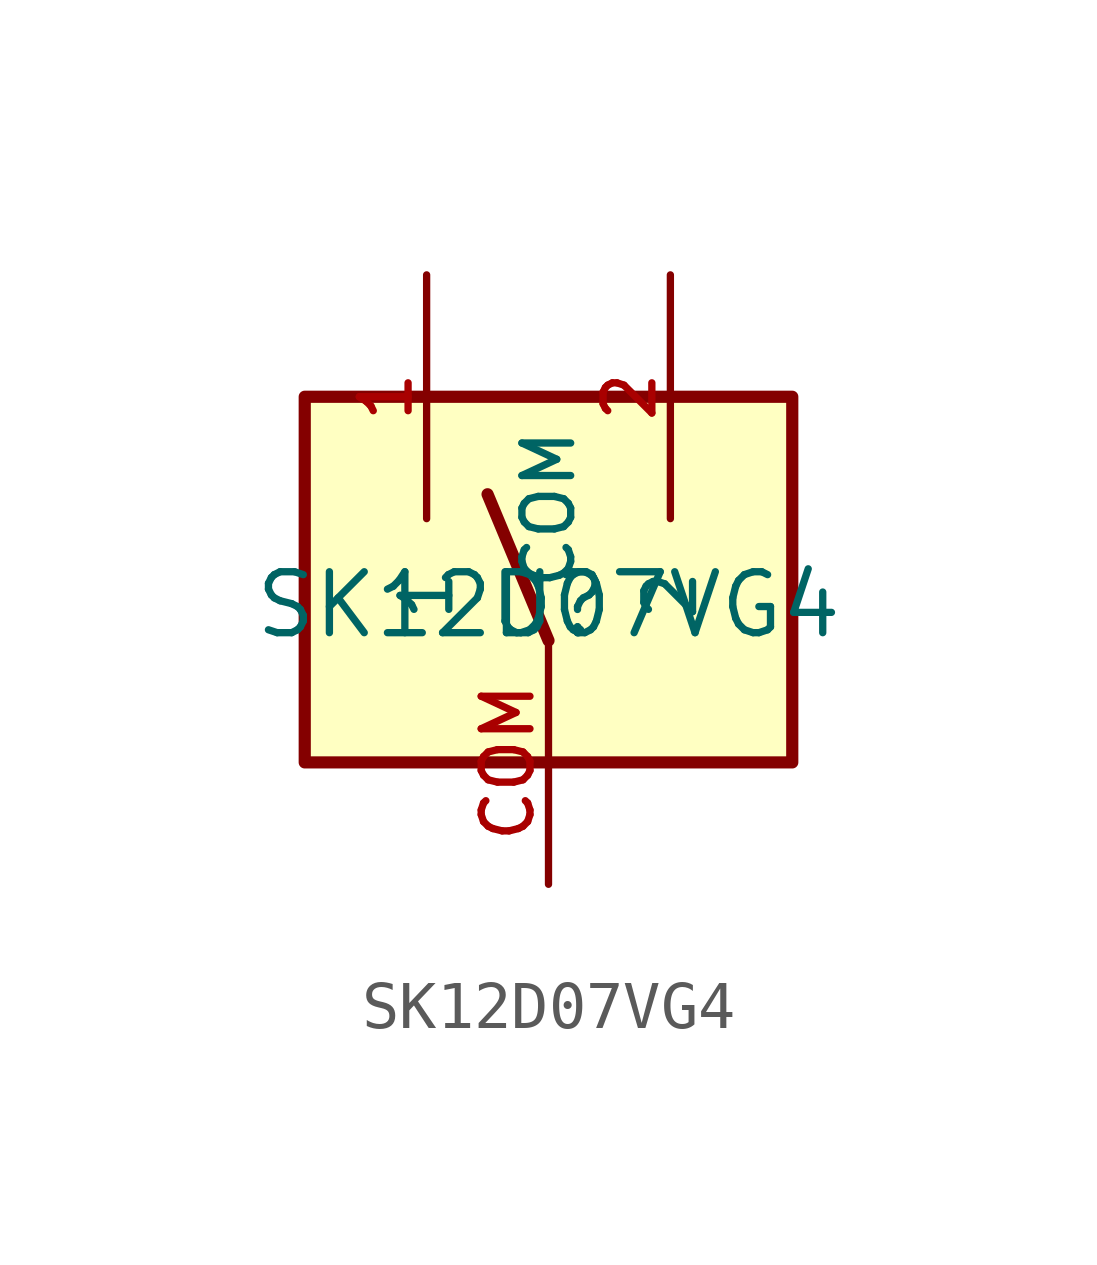
<source format=kicad_sym>
(kicad_symbol_lib
  (version 20211014)
  (generator kicad_symbol_editor)
  (symbol "SK12D07VG4"
    (pin_names
      (offset 1.016))
    (property "Reference" "U"
      (at 0 0 0)
      (effects (font (size 1.27 1.27)) (justify bottom)))
    (property "Value" "SK12D07VG4"
      (at 0 0.0 0)
      (effects (font (size 1.27 1.27)) (justify bottom)))
    (symbol "SK12D07VG4_0_0"
      (polyline (pts (xy 0.0 0.0) (xy -1.27 3.048)) (stroke (width 0.254)))
      (rectangle (start -5.08 -2.54) (end 5.08 5.08) (stroke (width 0.254)) (fill (type background)))
      (pin bidirectional line (at 0.0 -5.08 90.0) (length 5.08) (name "COM" (effects (font (size 1.016 1.016)))) (number "COM" (effects (font (size 1.016 1.016)))))
      (pin bidirectional line (at -2.54 7.62 270.0) (length 5.08) (name "1" (effects (font (size 1.016 1.016)))) (number "1" (effects (font (size 1.016 1.016)))))
      (pin bidirectional line (at 2.54 7.62 270.0) (length 5.08) (name "2" (effects (font (size 1.016 1.016)))) (number "2" (effects (font (size 1.016 1.016))))))))
</source>
